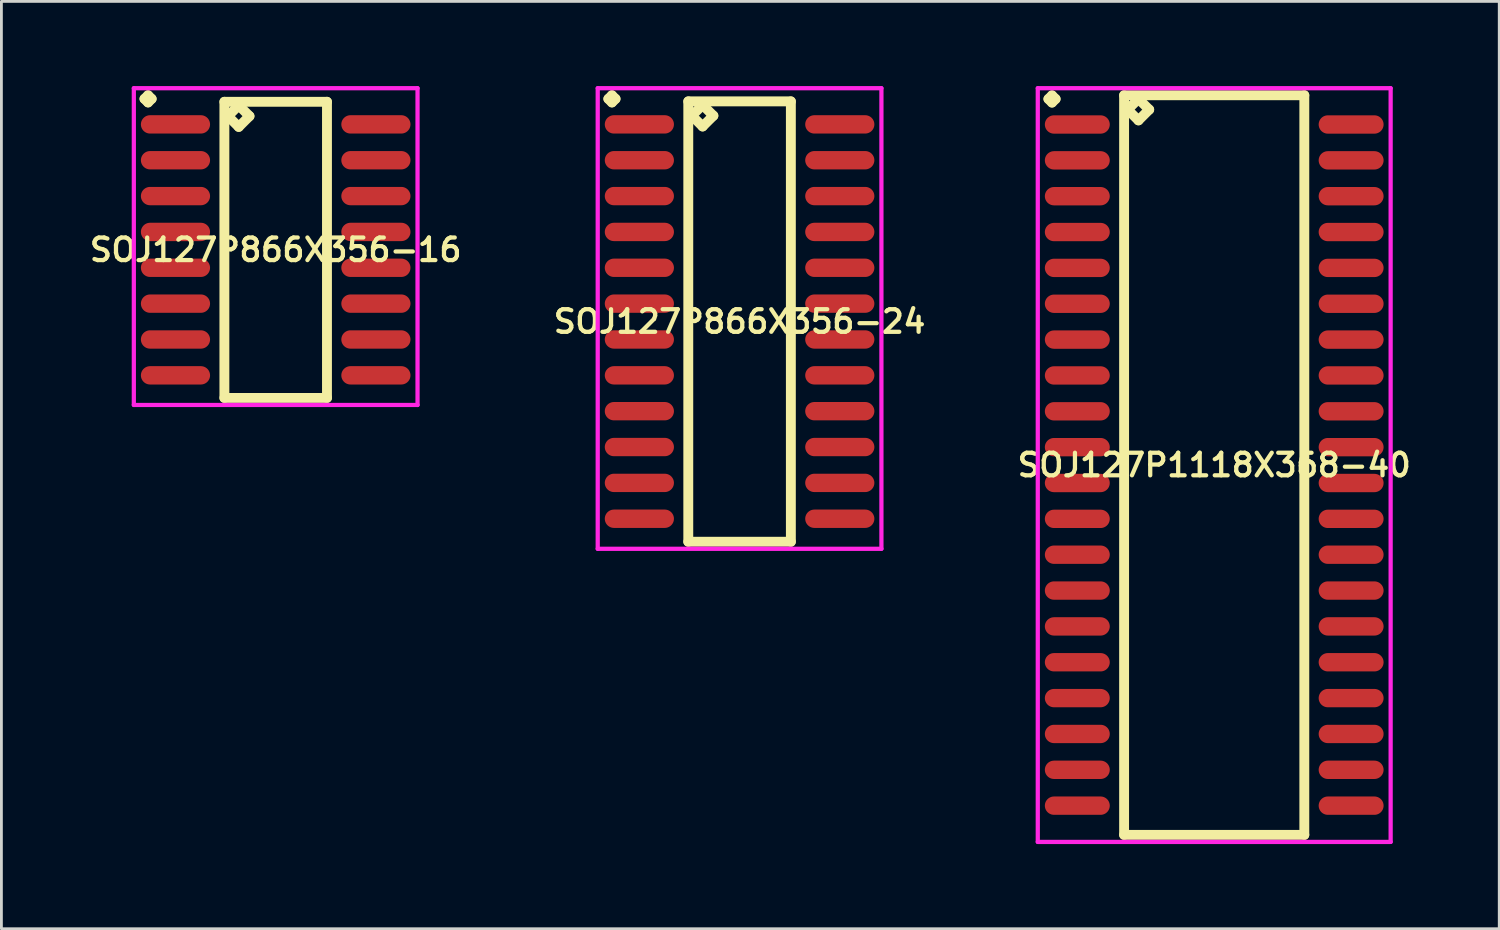
<source format=kicad_pcb>
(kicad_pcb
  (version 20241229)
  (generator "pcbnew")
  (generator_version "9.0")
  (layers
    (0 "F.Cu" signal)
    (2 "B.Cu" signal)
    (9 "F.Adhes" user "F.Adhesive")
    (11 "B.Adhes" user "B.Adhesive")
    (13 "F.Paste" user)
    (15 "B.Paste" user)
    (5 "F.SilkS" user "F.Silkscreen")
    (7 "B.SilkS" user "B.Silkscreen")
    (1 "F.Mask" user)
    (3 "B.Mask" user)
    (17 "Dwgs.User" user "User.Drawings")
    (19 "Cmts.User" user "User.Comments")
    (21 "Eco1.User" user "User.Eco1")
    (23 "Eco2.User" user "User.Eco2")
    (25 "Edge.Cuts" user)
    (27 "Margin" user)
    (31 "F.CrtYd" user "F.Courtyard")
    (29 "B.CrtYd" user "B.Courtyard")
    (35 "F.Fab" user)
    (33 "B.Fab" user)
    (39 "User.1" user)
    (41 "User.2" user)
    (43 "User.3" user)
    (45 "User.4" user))
  (footprint "SOJ127P866X356-16"
    (layer "F.Cu")
    (at 6.716 5.801)
    (property "Reference" "SOJ127P866X356-16" (at 0 0 0) (layer "F.SilkS") (effects (font (size 0.8 0.8) (thickness 0.15))))
    (attr smd)
    (fp_line (start -4.648 -5.349) (end -4.521 -5.476) (stroke (width 0.35) (type solid)) (layer "F.SilkS"))
    (fp_line (start -4.521 -5.476) (end -4.394 -5.349) (stroke (width 0.35) (type solid)) (layer "F.SilkS"))
    (fp_line (start -4.521 -5.222) (end -4.648 -5.349) (stroke (width 0.35) (type solid)) (layer "F.SilkS"))
    (fp_line (start -4.394 -5.349) (end -4.521 -5.222) (stroke (width 0.35) (type solid)) (layer "F.SilkS"))
    (fp_line (start -1.817 -5.245) (end -1.817 5.245) (stroke (width 0.35) (type solid)) (layer "F.SilkS"))
    (fp_line (start -1.817 5.245) (end 1.817 5.245) (stroke (width 0.35) (type solid)) (layer "F.SilkS"))
    (fp_line (start -1.69 -4.737) (end -1.309 -5.118) (stroke (width 0.35) (type solid)) (layer "F.SilkS"))
    (fp_line (start -1.309 -5.118) (end -0.928 -4.737) (stroke (width 0.35) (type solid)) (layer "F.SilkS"))
    (fp_line (start -1.309 -4.356) (end -1.69 -4.737) (stroke (width 0.35) (type solid)) (layer "F.SilkS"))
    (fp_line (start -0.928 -4.737) (end -1.309 -4.356) (stroke (width 0.35) (type solid)) (layer "F.SilkS"))
    (fp_line (start 1.817 -5.245) (end -1.817 -5.245) (stroke (width 0.35) (type solid)) (layer "F.SilkS"))
    (fp_line (start 1.817 5.245) (end 1.817 -5.245) (stroke (width 0.35) (type solid)) (layer "F.SilkS"))
    (fp_line (start -5.025 -5.726) (end 5.025 -5.726) (stroke (width 0.15) (type solid)) (layer "F.CrtYd"))
    (fp_line (start -5.025 5.495) (end -5.025 -5.726) (stroke (width 0.15) (type solid)) (layer "F.CrtYd"))
    (fp_line (start 5.025 -5.726) (end 5.025 5.495) (stroke (width 0.15) (type solid)) (layer "F.CrtYd"))
    (fp_line (start 5.025 5.495) (end -5.025 5.495) (stroke (width 0.15) (type solid)) (layer "F.CrtYd"))
    (pad "1" smd oval (at -3.55 -4.445) (size 2.45 0.65) (layers "F.Cu" "F.Mask" "F.Paste"))
    (pad "2" smd oval (at -3.55 -3.175) (size 2.45 0.65) (layers "F.Cu" "F.Mask" "F.Paste"))
    (pad "3" smd oval (at -3.55 -1.905) (size 2.45 0.65) (layers "F.Cu" "F.Mask" "F.Paste"))
    (pad "4" smd oval (at -3.55 -0.635) (size 2.45 0.65) (layers "F.Cu" "F.Mask" "F.Paste"))
    (pad "5" smd oval (at -3.55 0.635) (size 2.45 0.65) (layers "F.Cu" "F.Mask" "F.Paste"))
    (pad "6" smd oval (at -3.55 1.905) (size 2.45 0.65) (layers "F.Cu" "F.Mask" "F.Paste"))
    (pad "7" smd oval (at -3.55 3.175) (size 2.45 0.65) (layers "F.Cu" "F.Mask" "F.Paste"))
    (pad "8" smd oval (at -3.55 4.445) (size 2.45 0.65) (layers "F.Cu" "F.Mask" "F.Paste"))
    (pad "9" smd oval (at 3.55 4.445) (size 2.45 0.65) (layers "F.Cu" "F.Mask" "F.Paste"))
    (pad "10" smd oval (at 3.55 3.175) (size 2.45 0.65) (layers "F.Cu" "F.Mask" "F.Paste"))
    (pad "11" smd oval (at 3.55 1.905) (size 2.45 0.65) (layers "F.Cu" "F.Mask" "F.Paste"))
    (pad "12" smd oval (at 3.55 0.635) (size 2.45 0.65) (layers "F.Cu" "F.Mask" "F.Paste"))
    (pad "13" smd oval (at 3.55 -0.635) (size 2.45 0.65) (layers "F.Cu" "F.Mask" "F.Paste"))
    (pad "14" smd oval (at 3.55 -1.905) (size 2.45 0.65) (layers "F.Cu" "F.Mask" "F.Paste"))
    (pad "15" smd oval (at 3.55 -3.175) (size 2.45 0.65) (layers "F.Cu" "F.Mask" "F.Paste"))
    (pad "16" smd oval (at 3.55 -4.445) (size 2.45 0.65) (layers "F.Cu" "F.Mask" "F.Paste")))
  (footprint "SOJ127P866X356-24"
    (layer "F.Cu")
    (at 23.149 8.341)
    (property "Reference" "SOJ127P866X356-24" (at 0 0 0) (layer "F.SilkS") (effects (font (size 0.8 0.8) (thickness 0.15))))
    (attr smd)
    (fp_line (start -4.648 -7.889) (end -4.521 -8.016) (stroke (width 0.35) (type solid)) (layer "F.SilkS"))
    (fp_line (start -4.521 -8.016) (end -4.394 -7.889) (stroke (width 0.35) (type solid)) (layer "F.SilkS"))
    (fp_line (start -4.521 -7.762) (end -4.648 -7.889) (stroke (width 0.35) (type solid)) (layer "F.SilkS"))
    (fp_line (start -4.394 -7.889) (end -4.521 -7.762) (stroke (width 0.35) (type solid)) (layer "F.SilkS"))
    (fp_line (start -1.817 -7.8) (end -1.817 7.8) (stroke (width 0.35) (type solid)) (layer "F.SilkS"))
    (fp_line (start -1.817 7.8) (end 1.817 7.8) (stroke (width 0.35) (type solid)) (layer "F.SilkS"))
    (fp_line (start -1.69 -7.292) (end -1.309 -7.673) (stroke (width 0.35) (type solid)) (layer "F.SilkS"))
    (fp_line (start -1.309 -7.673) (end -0.928 -7.292) (stroke (width 0.35) (type solid)) (layer "F.SilkS"))
    (fp_line (start -1.309 -6.911) (end -1.69 -7.292) (stroke (width 0.35) (type solid)) (layer "F.SilkS"))
    (fp_line (start -0.928 -7.292) (end -1.309 -6.911) (stroke (width 0.35) (type solid)) (layer "F.SilkS"))
    (fp_line (start 1.817 -7.8) (end -1.817 -7.8) (stroke (width 0.35) (type solid)) (layer "F.SilkS"))
    (fp_line (start 1.817 7.8) (end 1.817 -7.8) (stroke (width 0.35) (type solid)) (layer "F.SilkS"))
    (fp_line (start -5.025 -8.266) (end 5.025 -8.266) (stroke (width 0.15) (type solid)) (layer "F.CrtYd"))
    (fp_line (start -5.025 8.05) (end -5.025 -8.266) (stroke (width 0.15) (type solid)) (layer "F.CrtYd"))
    (fp_line (start 5.025 -8.266) (end 5.025 8.05) (stroke (width 0.15) (type solid)) (layer "F.CrtYd"))
    (fp_line (start 5.025 8.05) (end -5.025 8.05) (stroke (width 0.15) (type solid)) (layer "F.CrtYd"))
    (pad "1" smd oval (at -3.55 -6.985) (size 2.45 0.65) (layers "F.Cu" "F.Mask" "F.Paste"))
    (pad "2" smd oval (at -3.55 -5.715) (size 2.45 0.65) (layers "F.Cu" "F.Mask" "F.Paste"))
    (pad "3" smd oval (at -3.55 -4.445) (size 2.45 0.65) (layers "F.Cu" "F.Mask" "F.Paste"))
    (pad "4" smd oval (at -3.55 -3.175) (size 2.45 0.65) (layers "F.Cu" "F.Mask" "F.Paste"))
    (pad "5" smd oval (at -3.55 -1.905) (size 2.45 0.65) (layers "F.Cu" "F.Mask" "F.Paste"))
    (pad "6" smd oval (at -3.55 -0.635) (size 2.45 0.65) (layers "F.Cu" "F.Mask" "F.Paste"))
    (pad "7" smd oval (at -3.55 0.635) (size 2.45 0.65) (layers "F.Cu" "F.Mask" "F.Paste"))
    (pad "8" smd oval (at -3.55 1.905) (size 2.45 0.65) (layers "F.Cu" "F.Mask" "F.Paste"))
    (pad "9" smd oval (at -3.55 3.175) (size 2.45 0.65) (layers "F.Cu" "F.Mask" "F.Paste"))
    (pad "10" smd oval (at -3.55 4.445) (size 2.45 0.65) (layers "F.Cu" "F.Mask" "F.Paste"))
    (pad "11" smd oval (at -3.55 5.715) (size 2.45 0.65) (layers "F.Cu" "F.Mask" "F.Paste"))
    (pad "12" smd oval (at -3.55 6.985) (size 2.45 0.65) (layers "F.Cu" "F.Mask" "F.Paste"))
    (pad "13" smd oval (at 3.55 6.985) (size 2.45 0.65) (layers "F.Cu" "F.Mask" "F.Paste"))
    (pad "14" smd oval (at 3.55 5.715) (size 2.45 0.65) (layers "F.Cu" "F.Mask" "F.Paste"))
    (pad "15" smd oval (at 3.55 4.445) (size 2.45 0.65) (layers "F.Cu" "F.Mask" "F.Paste"))
    (pad "16" smd oval (at 3.55 3.175) (size 2.45 0.65) (layers "F.Cu" "F.Mask" "F.Paste"))
    (pad "17" smd oval (at 3.55 1.905) (size 2.45 0.65) (layers "F.Cu" "F.Mask" "F.Paste"))
    (pad "18" smd oval (at 3.55 0.635) (size 2.45 0.65) (layers "F.Cu" "F.Mask" "F.Paste"))
    (pad "19" smd oval (at 3.55 -0.635) (size 2.45 0.65) (layers "F.Cu" "F.Mask" "F.Paste"))
    (pad "20" smd oval (at 3.55 -1.905) (size 2.45 0.65) (layers "F.Cu" "F.Mask" "F.Paste"))
    (pad "21" smd oval (at 3.55 -3.175) (size 2.45 0.65) (layers "F.Cu" "F.Mask" "F.Paste"))
    (pad "22" smd oval (at 3.55 -4.445) (size 2.45 0.65) (layers "F.Cu" "F.Mask" "F.Paste"))
    (pad "23" smd oval (at 3.55 -5.715) (size 2.45 0.65) (layers "F.Cu" "F.Mask" "F.Paste"))
    (pad "24" smd oval (at 3.55 -6.985) (size 2.45 0.65) (layers "F.Cu" "F.Mask" "F.Paste")))
  (footprint "SOJ127P1118X368-40"
    (layer "F.Cu")
    (at 39.963 13.425)
    (property "Reference" "SOJ127P1118X368-40" (at 0 0 0) (layer "F.SilkS") (effects (font (size 0.8 0.8) (thickness 0.15))))
    (attr smd)
    (fp_line (start -5.873 -12.969) (end -5.746 -13.096) (stroke (width 0.35) (type solid)) (layer "F.SilkS"))
    (fp_line (start -5.746 -13.096) (end -5.619 -12.969) (stroke (width 0.35) (type solid)) (layer "F.SilkS"))
    (fp_line (start -5.746 -12.842) (end -5.873 -12.969) (stroke (width 0.35) (type solid)) (layer "F.SilkS"))
    (fp_line (start -5.619 -12.969) (end -5.746 -12.842) (stroke (width 0.35) (type solid)) (layer "F.SilkS"))
    (fp_line (start -3.192 -13.1) (end -3.192 13.1) (stroke (width 0.35) (type solid)) (layer "F.SilkS"))
    (fp_line (start -3.192 13.1) (end 3.192 13.1) (stroke (width 0.35) (type solid)) (layer "F.SilkS"))
    (fp_line (start -3.065 -12.592) (end -2.684 -12.973) (stroke (width 0.35) (type solid)) (layer "F.SilkS"))
    (fp_line (start -2.684 -12.973) (end -2.303 -12.592) (stroke (width 0.35) (type solid)) (layer "F.SilkS"))
    (fp_line (start -2.684 -12.211) (end -3.065 -12.592) (stroke (width 0.35) (type solid)) (layer "F.SilkS"))
    (fp_line (start -2.303 -12.592) (end -2.684 -12.211) (stroke (width 0.35) (type solid)) (layer "F.SilkS"))
    (fp_line (start 3.192 -13.1) (end -3.192 -13.1) (stroke (width 0.35) (type solid)) (layer "F.SilkS"))
    (fp_line (start 3.192 13.1) (end 3.192 -13.1) (stroke (width 0.35) (type solid)) (layer "F.SilkS"))
    (fp_line (start -6.25 -13.35) (end 6.25 -13.35) (stroke (width 0.15) (type solid)) (layer "F.CrtYd"))
    (fp_line (start -6.25 13.35) (end -6.25 -13.35) (stroke (width 0.15) (type solid)) (layer "F.CrtYd"))
    (fp_line (start 6.25 -13.35) (end 6.25 13.35) (stroke (width 0.15) (type solid)) (layer "F.CrtYd"))
    (fp_line (start 6.25 13.35) (end -6.25 13.35) (stroke (width 0.15) (type solid)) (layer "F.CrtYd"))
    (pad "1" smd oval (at -4.85 -12.065) (size 2.3 0.65) (layers "F.Cu" "F.Mask" "F.Paste"))
    (pad "2" smd oval (at -4.85 -10.795) (size 2.3 0.65) (layers "F.Cu" "F.Mask" "F.Paste"))
    (pad "3" smd oval (at -4.85 -9.525) (size 2.3 0.65) (layers "F.Cu" "F.Mask" "F.Paste"))
    (pad "4" smd oval (at -4.85 -8.255) (size 2.3 0.65) (layers "F.Cu" "F.Mask" "F.Paste"))
    (pad "5" smd oval (at -4.85 -6.985) (size 2.3 0.65) (layers "F.Cu" "F.Mask" "F.Paste"))
    (pad "6" smd oval (at -4.85 -5.715) (size 2.3 0.65) (layers "F.Cu" "F.Mask" "F.Paste"))
    (pad "7" smd oval (at -4.85 -4.445) (size 2.3 0.65) (layers "F.Cu" "F.Mask" "F.Paste"))
    (pad "8" smd oval (at -4.85 -3.175) (size 2.3 0.65) (layers "F.Cu" "F.Mask" "F.Paste"))
    (pad "9" smd oval (at -4.85 -1.905) (size 2.3 0.65) (layers "F.Cu" "F.Mask" "F.Paste"))
    (pad "10" smd oval (at -4.85 -0.635) (size 2.3 0.65) (layers "F.Cu" "F.Mask" "F.Paste"))
    (pad "11" smd oval (at -4.85 0.635) (size 2.3 0.65) (layers "F.Cu" "F.Mask" "F.Paste"))
    (pad "12" smd oval (at -4.85 1.905) (size 2.3 0.65) (layers "F.Cu" "F.Mask" "F.Paste"))
    (pad "13" smd oval (at -4.85 3.175) (size 2.3 0.65) (layers "F.Cu" "F.Mask" "F.Paste"))
    (pad "14" smd oval (at -4.85 4.445) (size 2.3 0.65) (layers "F.Cu" "F.Mask" "F.Paste"))
    (pad "15" smd oval (at -4.85 5.715) (size 2.3 0.65) (layers "F.Cu" "F.Mask" "F.Paste"))
    (pad "16" smd oval (at -4.85 6.985) (size 2.3 0.65) (layers "F.Cu" "F.Mask" "F.Paste"))
    (pad "17" smd oval (at -4.85 8.255) (size 2.3 0.65) (layers "F.Cu" "F.Mask" "F.Paste"))
    (pad "18" smd oval (at -4.85 9.525) (size 2.3 0.65) (layers "F.Cu" "F.Mask" "F.Paste"))
    (pad "19" smd oval (at -4.85 10.795) (size 2.3 0.65) (layers "F.Cu" "F.Mask" "F.Paste"))
    (pad "20" smd oval (at -4.85 12.065) (size 2.3 0.65) (layers "F.Cu" "F.Mask" "F.Paste"))
    (pad "21" smd oval (at 4.85 12.065) (size 2.3 0.65) (layers "F.Cu" "F.Mask" "F.Paste"))
    (pad "22" smd oval (at 4.85 10.795) (size 2.3 0.65) (layers "F.Cu" "F.Mask" "F.Paste"))
    (pad "23" smd oval (at 4.85 9.525) (size 2.3 0.65) (layers "F.Cu" "F.Mask" "F.Paste"))
    (pad "24" smd oval (at 4.85 8.255) (size 2.3 0.65) (layers "F.Cu" "F.Mask" "F.Paste"))
    (pad "25" smd oval (at 4.85 6.985) (size 2.3 0.65) (layers "F.Cu" "F.Mask" "F.Paste"))
    (pad "26" smd oval (at 4.85 5.715) (size 2.3 0.65) (layers "F.Cu" "F.Mask" "F.Paste"))
    (pad "27" smd oval (at 4.85 4.445) (size 2.3 0.65) (layers "F.Cu" "F.Mask" "F.Paste"))
    (pad "28" smd oval (at 4.85 3.175) (size 2.3 0.65) (layers "F.Cu" "F.Mask" "F.Paste"))
    (pad "29" smd oval (at 4.85 1.905) (size 2.3 0.65) (layers "F.Cu" "F.Mask" "F.Paste"))
    (pad "30" smd oval (at 4.85 0.635) (size 2.3 0.65) (layers "F.Cu" "F.Mask" "F.Paste"))
    (pad "31" smd oval (at 4.85 -0.635) (size 2.3 0.65) (layers "F.Cu" "F.Mask" "F.Paste"))
    (pad "32" smd oval (at 4.85 -1.905) (size 2.3 0.65) (layers "F.Cu" "F.Mask" "F.Paste"))
    (pad "33" smd oval (at 4.85 -3.175) (size 2.3 0.65) (layers "F.Cu" "F.Mask" "F.Paste"))
    (pad "34" smd oval (at 4.85 -4.445) (size 2.3 0.65) (layers "F.Cu" "F.Mask" "F.Paste"))
    (pad "35" smd oval (at 4.85 -5.715) (size 2.3 0.65) (layers "F.Cu" "F.Mask" "F.Paste"))
    (pad "36" smd oval (at 4.85 -6.985) (size 2.3 0.65) (layers "F.Cu" "F.Mask" "F.Paste"))
    (pad "37" smd oval (at 4.85 -8.255) (size 2.3 0.65) (layers "F.Cu" "F.Mask" "F.Paste"))
    (pad "38" smd oval (at 4.85 -9.525) (size 2.3 0.65) (layers "F.Cu" "F.Mask" "F.Paste"))
    (pad "39" smd oval (at 4.85 -10.795) (size 2.3 0.65) (layers "F.Cu" "F.Mask" "F.Paste"))
    (pad "40" smd oval (at 4.85 -12.065) (size 2.3 0.65) (layers "F.Cu" "F.Mask" "F.Paste")))
  (gr_rect
    (start -3 -3)
    (end 50.06 29.85)
    (stroke (width 0.1) (type default))
    (fill no)
    (layer "Edge.Cuts")))
</source>
